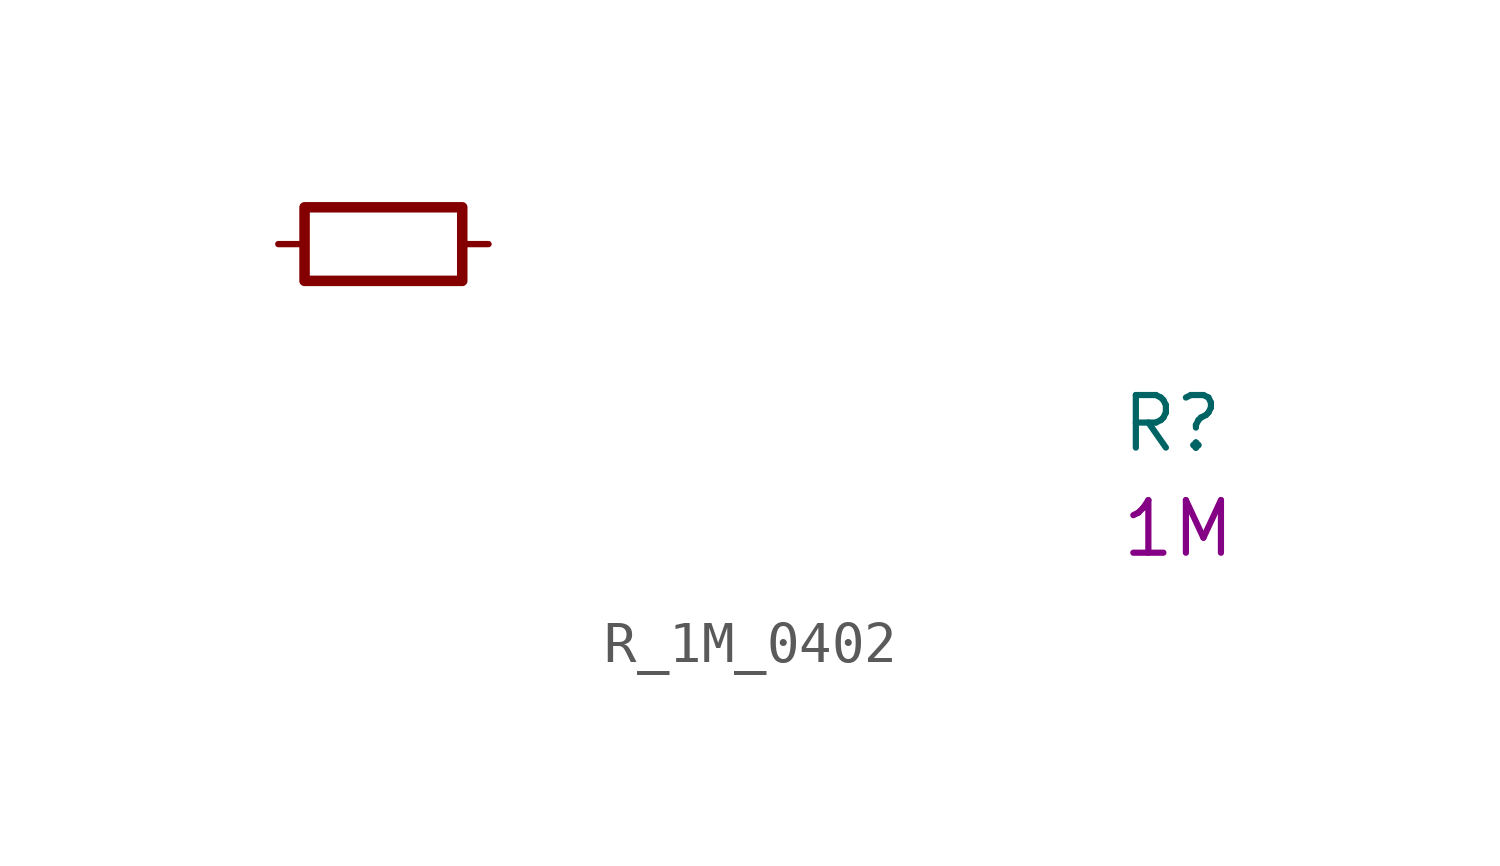
<source format=kicad_sym>
(kicad_symbol_lib
  (version 20231120)
  (generator "kicad_symbol_editor")
  (generator_version "8.0")
  (symbol "R_1M_0402"
    (pin_numbers hide)
    (pin_names hide)
    (property "Reference" "R"
      (at 20.32 -5.08 0)
      (effects (font (size 1.27 1.27) (thickness 0.15)) (justify left bottom)))
    (property "Val" "1M"
      (at 20.32 -7.62 0)
      (effects (font (size 1.27 1.27) (thickness 0.15)) (justify left bottom)))
    (symbol "R_1M_0402_0_1"
      (rectangle (start 0.635 0.889) (end 4.445 -0.889) (stroke (width 0.254) (type default)) (fill (type none))))
    (symbol "R_1M_0402_1_1"
      (pin passive line (at 0 0 0) (length 0.635) (name "~" (effects (font (size 1.27 1.27)))) (number "1" (effects (font (size 1.27 1.27)))))
      (pin passive line (at 5.08 0 180) (length 0.635) (name "~" (effects (font (size 1.27 1.27)))) (number "2" (effects (font (size 1.27 1.27))))))))
</source>
